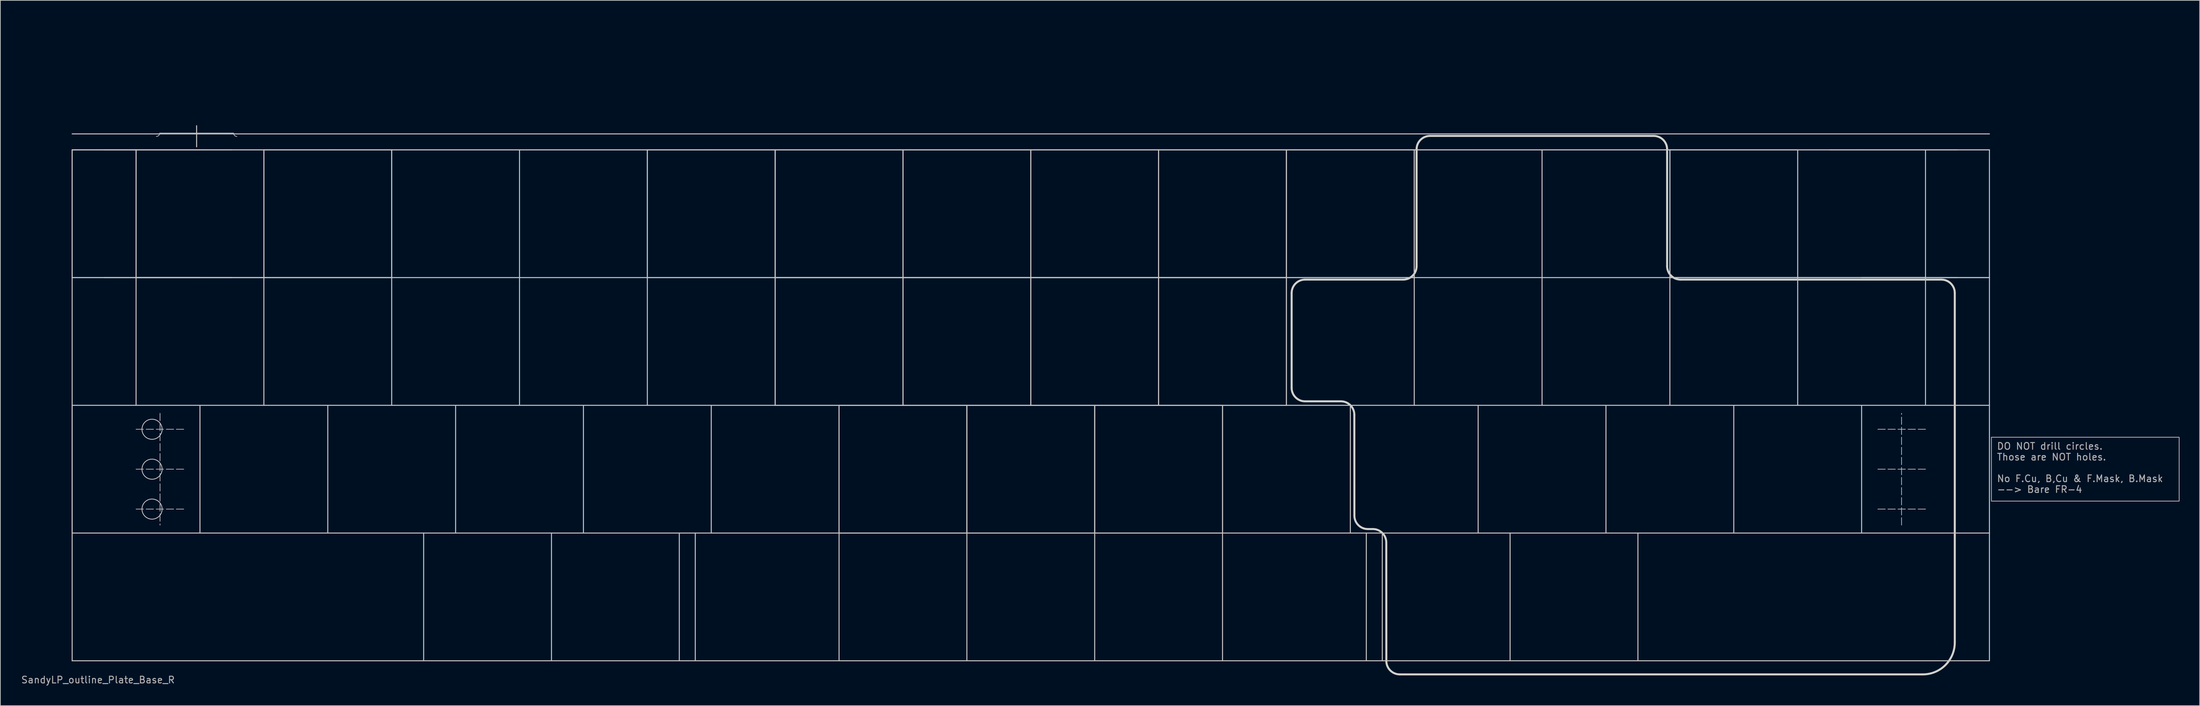
<source format=kicad_pcb>
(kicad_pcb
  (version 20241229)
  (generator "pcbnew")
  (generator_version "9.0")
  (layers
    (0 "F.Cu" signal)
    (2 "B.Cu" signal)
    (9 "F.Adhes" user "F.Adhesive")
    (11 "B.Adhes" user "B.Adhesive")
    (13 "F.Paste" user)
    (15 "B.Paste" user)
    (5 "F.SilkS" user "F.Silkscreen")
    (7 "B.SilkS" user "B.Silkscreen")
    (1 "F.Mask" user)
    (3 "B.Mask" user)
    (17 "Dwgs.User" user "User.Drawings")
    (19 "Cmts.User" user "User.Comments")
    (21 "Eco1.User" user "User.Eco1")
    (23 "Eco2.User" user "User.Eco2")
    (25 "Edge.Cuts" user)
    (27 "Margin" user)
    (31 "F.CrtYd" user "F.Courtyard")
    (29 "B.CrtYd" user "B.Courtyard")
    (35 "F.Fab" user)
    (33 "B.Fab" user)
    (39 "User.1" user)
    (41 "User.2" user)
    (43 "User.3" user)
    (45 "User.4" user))
  (footprint "SandyLP_outline_Plate_Base_R"
    (layer "F.Cu")
    (at 7.704 0.25)
    (property "Reference" "SandyLP_outline_Plate_Base_R" (at 3.85 98.1 0) (layer "F.Fab") (effects (font (size 1 1) (thickness 0.15))))
    (attr through_hole)
    (fp_rect (start 270.272 60.722) (end 272.653 72.628) (stroke (width 0.12) (type solid)) (fill yes) (layer "F.Mask"))
    (fp_circle (center 271.462 60.722) (end 272.653 60.722) (stroke (width 0.1) (type solid)) (fill yes) (layer "F.Mask"))
    (fp_circle (center 271.462 72.628) (end 272.653 72.628) (stroke (width 0.1) (type solid)) (fill yes) (layer "F.Mask"))
    (fp_rect (start 270.272 60.722) (end 272.653 72.628) (stroke (width 0.12) (type solid)) (fill yes) (layer "B.Mask"))
    (fp_circle (center 271.462 60.722) (end 272.653 60.722) (stroke (width 0.1) (type solid)) (fill yes) (layer "B.Mask"))
    (fp_circle (center 271.462 72.628) (end 272.653 72.628) (stroke (width 0.1) (type solid)) (fill yes) (layer "B.Mask"))
    (fp_line (start 0 19.05) (end 0 38.1) (stroke (width 0.15) (type solid)) (layer "Dwgs.User"))
    (fp_line (start 0 19.05) (end 0 38.1) (stroke (width 0.15) (type solid)) (layer "Dwgs.User"))
    (fp_line (start 0 38.1) (end 19.05 38.1) (stroke (width 0.15) (type solid)) (layer "Dwgs.User"))
    (fp_line (start 0 57.15) (end 0 38.1) (stroke (width 0.15) (type solid)) (layer "Dwgs.User"))
    (fp_line (start 0 57.15) (end 104.775 57.15) (stroke (width 0.15) (type solid)) (layer "Dwgs.User"))
    (fp_line (start 0 76.2) (end 0 57.15) (stroke (width 0.15) (type solid)) (layer "Dwgs.User"))
    (fp_line (start 0 76.2) (end 0 57.15) (stroke (width 0.15) (type solid)) (layer "Dwgs.User"))
    (fp_line (start 0 76.2) (end 0 95.25) (stroke (width 0.15) (type solid)) (layer "Dwgs.User"))
    (fp_line (start 0 95.25) (end 285.75 95.25) (stroke (width 0.15) (type solid)) (layer "Dwgs.User"))
    (fp_line (start 4.763 19.05) (end 23.812 19.05) (stroke (width 0.15) (type solid)) (layer "Dwgs.User"))
    (fp_line (start 9.525 38.1) (end 9.525 19.05) (stroke (width 0.15) (type solid)) (layer "Dwgs.User"))
    (fp_line (start 9.525 38.1) (end 9.525 19.05) (stroke (width 0.15) (type solid)) (layer "Dwgs.User"))
    (fp_line (start 9.525 38.1) (end 9.525 57.15) (stroke (width 0.15) (type solid)) (layer "Dwgs.User"))
    (fp_line (start 9.525 60.722) (end 16.669 60.722) (stroke (width 0.1) (type dash)) (layer "Dwgs.User"))
    (fp_line (start 9.525 66.675) (end 16.669 66.675) (stroke (width 0.1) (type dash)) (layer "Dwgs.User"))
    (fp_line (start 9.525 72.628) (end 16.669 72.628) (stroke (width 0.1) (type dash)) (layer "Dwgs.User"))
    (fp_line (start 13.05 16.55) (end 24.05 16.55) (stroke (width 0.1) (type solid)) (layer "Dwgs.User"))
    (fp_line (start 13.097 58.341) (end 13.097 75.009) (stroke (width 0.1) (type dash)) (layer "Dwgs.User"))
    (fp_line (start 18.55 15.45) (end 18.55 18.6) (stroke (width 0.15) (type solid)) (layer "Dwgs.User"))
    (fp_line (start 19.05 19.05) (end 0 19.05) (stroke (width 0.15) (type solid)) (layer "Dwgs.User"))
    (fp_line (start 19.05 19.05) (end 0 19.05) (stroke (width 0.15) (type solid)) (layer "Dwgs.User"))
    (fp_line (start 19.05 38.1) (end 0 38.1) (stroke (width 0.15) (type solid)) (layer "Dwgs.User"))
    (fp_line (start 19.05 57.15) (end 19.05 76.2) (stroke (width 0.15) (type solid)) (layer "Dwgs.User"))
    (fp_line (start 23.812 38.1) (end 4.763 38.1) (stroke (width 0.15) (type solid)) (layer "Dwgs.User"))
    (fp_line (start 28.575 19.05) (end 47.625 19.05) (stroke (width 0.15) (type solid)) (layer "Dwgs.User"))
    (fp_line (start 28.575 38.1) (end 9.525 38.1) (stroke (width 0.15) (type solid)) (layer "Dwgs.User"))
    (fp_line (start 28.575 38.1) (end 9.525 38.1) (stroke (width 0.15) (type solid)) (layer "Dwgs.User"))
    (fp_line (start 28.575 38.1) (end 9.525 38.1) (stroke (width 0.15) (type solid)) (layer "Dwgs.User"))
    (fp_line (start 28.575 38.1) (end 28.575 19.05) (stroke (width 0.15) (type solid)) (layer "Dwgs.User"))
    (fp_line (start 28.575 38.1) (end 28.575 19.05) (stroke (width 0.15) (type solid)) (layer "Dwgs.User"))
    (fp_line (start 28.575 38.1) (end 28.575 57.15) (stroke (width 0.15) (type solid)) (layer "Dwgs.User"))
    (fp_line (start 38.1 19.05) (end 19.05 19.05) (stroke (width 0.15) (type solid)) (layer "Dwgs.User"))
    (fp_line (start 38.1 57.15) (end 38.1 76.2) (stroke (width 0.15) (type solid)) (layer "Dwgs.User"))
    (fp_line (start 47.625 19.05) (end 47.625 38.1) (stroke (width 0.15) (type solid)) (layer "Dwgs.User"))
    (fp_line (start 47.625 19.05) (end 47.625 38.1) (stroke (width 0.15) (type solid)) (layer "Dwgs.User"))
    (fp_line (start 47.625 19.05) (end 47.625 38.1) (stroke (width 0.15) (type solid)) (layer "Dwgs.User"))
    (fp_line (start 47.625 38.1) (end 28.575 38.1) (stroke (width 0.15) (type solid)) (layer "Dwgs.User"))
    (fp_line (start 47.625 38.1) (end 28.575 38.1) (stroke (width 0.15) (type solid)) (layer "Dwgs.User"))
    (fp_line (start 47.625 38.1) (end 28.575 38.1) (stroke (width 0.15) (type solid)) (layer "Dwgs.User"))
    (fp_line (start 47.625 38.1) (end 47.625 57.15) (stroke (width 0.15) (type solid)) (layer "Dwgs.User"))
    (fp_line (start 47.625 38.1) (end 85.725 38.1) (stroke (width 0.15) (type solid)) (layer "Dwgs.User"))
    (fp_line (start 52.388 76.2) (end 52.388 95.25) (stroke (width 0.15) (type solid)) (layer "Dwgs.User"))
    (fp_line (start 57.15 19.05) (end 38.1 19.05) (stroke (width 0.15) (type solid)) (layer "Dwgs.User"))
    (fp_line (start 57.15 57.15) (end 57.15 76.2) (stroke (width 0.15) (type solid)) (layer "Dwgs.User"))
    (fp_line (start 66.675 19.05) (end 66.675 38.1) (stroke (width 0.15) (type solid)) (layer "Dwgs.User"))
    (fp_line (start 66.675 38.1) (end 66.675 57.15) (stroke (width 0.15) (type solid)) (layer "Dwgs.User"))
    (fp_line (start 71.438 76.2) (end 71.438 95.25) (stroke (width 0.15) (type solid)) (layer "Dwgs.User"))
    (fp_line (start 76.2 19.05) (end 57.15 19.05) (stroke (width 0.15) (type solid)) (layer "Dwgs.User"))
    (fp_line (start 76.2 57.15) (end 76.2 76.2) (stroke (width 0.15) (type solid)) (layer "Dwgs.User"))
    (fp_line (start 85.725 19.05) (end 104.775 19.05) (stroke (width 0.15) (type solid)) (layer "Dwgs.User"))
    (fp_line (start 85.725 38.1) (end 85.725 19.05) (stroke (width 0.15) (type solid)) (layer "Dwgs.User"))
    (fp_line (start 85.725 38.1) (end 85.725 19.05) (stroke (width 0.15) (type solid)) (layer "Dwgs.User"))
    (fp_line (start 85.725 38.1) (end 85.725 57.15) (stroke (width 0.15) (type solid)) (layer "Dwgs.User"))
    (fp_line (start 90.487 76.2) (end 90.487 95.25) (stroke (width 0.15) (type solid)) (layer "Dwgs.User"))
    (fp_line (start 92.869 76.2) (end 92.869 95.25) (stroke (width 0.15) (type solid)) (layer "Dwgs.User"))
    (fp_line (start 95.25 19.05) (end 76.2 19.05) (stroke (width 0.15) (type solid)) (layer "Dwgs.User"))
    (fp_line (start 95.25 57.15) (end 95.25 76.2) (stroke (width 0.15) (type solid)) (layer "Dwgs.User"))
    (fp_line (start 104.775 19.05) (end 104.775 38.1) (stroke (width 0.15) (type solid)) (layer "Dwgs.User"))
    (fp_line (start 104.775 19.05) (end 123.825 19.05) (stroke (width 0.15) (type solid)) (layer "Dwgs.User"))
    (fp_line (start 104.775 38.1) (end 85.725 38.1) (stroke (width 0.15) (type solid)) (layer "Dwgs.User"))
    (fp_line (start 104.775 38.1) (end 85.725 38.1) (stroke (width 0.15) (type solid)) (layer "Dwgs.User"))
    (fp_line (start 104.775 38.1) (end 104.775 19.05) (stroke (width 0.15) (type solid)) (layer "Dwgs.User"))
    (fp_line (start 104.775 38.1) (end 104.775 19.05) (stroke (width 0.15) (type solid)) (layer "Dwgs.User"))
    (fp_line (start 104.775 38.1) (end 123.825 38.1) (stroke (width 0.15) (type solid)) (layer "Dwgs.User"))
    (fp_line (start 104.775 38.1) (end 123.825 38.1) (stroke (width 0.15) (type solid)) (layer "Dwgs.User"))
    (fp_line (start 104.775 57.15) (end 104.775 38.1) (stroke (width 0.15) (type solid)) (layer "Dwgs.User"))
    (fp_line (start 104.775 57.15) (end 104.775 38.1) (stroke (width 0.15) (type solid)) (layer "Dwgs.User"))
    (fp_line (start 114.3 19.05) (end 95.25 19.05) (stroke (width 0.15) (type solid)) (layer "Dwgs.User"))
    (fp_line (start 114.3 57.15) (end 133.35 57.15) (stroke (width 0.15) (type solid)) (layer "Dwgs.User"))
    (fp_line (start 114.3 57.15) (end 133.35 57.15) (stroke (width 0.15) (type solid)) (layer "Dwgs.User"))
    (fp_line (start 114.3 76.2) (end 0 76.2) (stroke (width 0.15) (type solid)) (layer "Dwgs.User"))
    (fp_line (start 114.3 76.2) (end 114.3 57.15) (stroke (width 0.15) (type solid)) (layer "Dwgs.User"))
    (fp_line (start 114.3 76.2) (end 114.3 57.15) (stroke (width 0.15) (type solid)) (layer "Dwgs.User"))
    (fp_line (start 114.3 76.2) (end 114.3 95.25) (stroke (width 0.15) (type solid)) (layer "Dwgs.User"))
    (fp_line (start 114.3 76.2) (end 133.35 76.2) (stroke (width 0.15) (type solid)) (layer "Dwgs.User"))
    (fp_line (start 123.825 19.05) (end 123.825 38.1) (stroke (width 0.15) (type solid)) (layer "Dwgs.User"))
    (fp_line (start 123.825 19.05) (end 123.825 38.1) (stroke (width 0.15) (type solid)) (layer "Dwgs.User"))
    (fp_line (start 123.825 19.05) (end 142.875 19.05) (stroke (width 0.15) (type solid)) (layer "Dwgs.User"))
    (fp_line (start 123.825 38.1) (end 104.775 38.1) (stroke (width 0.15) (type solid)) (layer "Dwgs.User"))
    (fp_line (start 123.825 38.1) (end 104.775 38.1) (stroke (width 0.15) (type solid)) (layer "Dwgs.User"))
    (fp_line (start 123.825 38.1) (end 123.825 19.05) (stroke (width 0.15) (type solid)) (layer "Dwgs.User"))
    (fp_line (start 123.825 38.1) (end 123.825 57.15) (stroke (width 0.15) (type solid)) (layer "Dwgs.User"))
    (fp_line (start 123.825 38.1) (end 142.875 38.1) (stroke (width 0.15) (type solid)) (layer "Dwgs.User"))
    (fp_line (start 123.825 38.1) (end 142.875 38.1) (stroke (width 0.15) (type solid)) (layer "Dwgs.User"))
    (fp_line (start 123.825 57.15) (end 104.775 57.15) (stroke (width 0.15) (type solid)) (layer "Dwgs.User"))
    (fp_line (start 123.825 57.15) (end 104.775 57.15) (stroke (width 0.15) (type solid)) (layer "Dwgs.User"))
    (fp_line (start 123.825 57.15) (end 123.825 38.1) (stroke (width 0.15) (type solid)) (layer "Dwgs.User"))
    (fp_line (start 123.825 57.15) (end 123.825 38.1) (stroke (width 0.15) (type solid)) (layer "Dwgs.User"))
    (fp_line (start 133.35 19.05) (end 114.3 19.05) (stroke (width 0.15) (type solid)) (layer "Dwgs.User"))
    (fp_line (start 133.35 57.15) (end 133.35 76.2) (stroke (width 0.15) (type solid)) (layer "Dwgs.User"))
    (fp_line (start 133.35 57.15) (end 152.4 57.15) (stroke (width 0.15) (type solid)) (layer "Dwgs.User"))
    (fp_line (start 133.35 57.15) (end 152.4 57.15) (stroke (width 0.15) (type solid)) (layer "Dwgs.User"))
    (fp_line (start 133.35 76.2) (end 114.3 76.2) (stroke (width 0.15) (type solid)) (layer "Dwgs.User"))
    (fp_line (start 133.35 76.2) (end 114.3 76.2) (stroke (width 0.15) (type solid)) (layer "Dwgs.User"))
    (fp_line (start 133.35 76.2) (end 133.35 57.15) (stroke (width 0.15) (type solid)) (layer "Dwgs.User"))
    (fp_line (start 133.35 76.2) (end 133.35 57.15) (stroke (width 0.15) (type solid)) (layer "Dwgs.User"))
    (fp_line (start 133.35 76.2) (end 133.35 95.25) (stroke (width 0.15) (type solid)) (layer "Dwgs.User"))
    (fp_line (start 142.875 19.05) (end 142.875 38.1) (stroke (width 0.15) (type solid)) (layer "Dwgs.User"))
    (fp_line (start 142.875 19.05) (end 142.875 38.1) (stroke (width 0.15) (type solid)) (layer "Dwgs.User"))
    (fp_line (start 142.875 19.05) (end 161.925 19.05) (stroke (width 0.15) (type solid)) (layer "Dwgs.User"))
    (fp_line (start 142.875 38.1) (end 123.825 38.1) (stroke (width 0.15) (type solid)) (layer "Dwgs.User"))
    (fp_line (start 142.875 38.1) (end 123.825 38.1) (stroke (width 0.15) (type solid)) (layer "Dwgs.User"))
    (fp_line (start 142.875 38.1) (end 142.875 19.05) (stroke (width 0.15) (type solid)) (layer "Dwgs.User"))
    (fp_line (start 142.875 38.1) (end 142.875 57.15) (stroke (width 0.15) (type solid)) (layer "Dwgs.User"))
    (fp_line (start 142.875 38.1) (end 161.925 38.1) (stroke (width 0.15) (type solid)) (layer "Dwgs.User"))
    (fp_line (start 142.875 38.1) (end 161.925 38.1) (stroke (width 0.15) (type solid)) (layer "Dwgs.User"))
    (fp_line (start 142.875 57.15) (end 123.825 57.15) (stroke (width 0.15) (type solid)) (layer "Dwgs.User"))
    (fp_line (start 142.875 57.15) (end 123.825 57.15) (stroke (width 0.15) (type solid)) (layer "Dwgs.User"))
    (fp_line (start 142.875 57.15) (end 142.875 38.1) (stroke (width 0.15) (type solid)) (layer "Dwgs.User"))
    (fp_line (start 142.875 57.15) (end 142.875 38.1) (stroke (width 0.15) (type solid)) (layer "Dwgs.User"))
    (fp_line (start 152.4 19.05) (end 133.35 19.05) (stroke (width 0.15) (type solid)) (layer "Dwgs.User"))
    (fp_line (start 152.4 57.15) (end 152.4 76.2) (stroke (width 0.15) (type solid)) (layer "Dwgs.User"))
    (fp_line (start 152.4 57.15) (end 171.45 57.15) (stroke (width 0.15) (type solid)) (layer "Dwgs.User"))
    (fp_line (start 152.4 57.15) (end 171.45 57.15) (stroke (width 0.15) (type solid)) (layer "Dwgs.User"))
    (fp_line (start 152.4 76.2) (end 133.35 76.2) (stroke (width 0.15) (type solid)) (layer "Dwgs.User"))
    (fp_line (start 152.4 76.2) (end 133.35 76.2) (stroke (width 0.15) (type solid)) (layer "Dwgs.User"))
    (fp_line (start 152.4 76.2) (end 152.4 57.15) (stroke (width 0.15) (type solid)) (layer "Dwgs.User"))
    (fp_line (start 152.4 76.2) (end 152.4 57.15) (stroke (width 0.15) (type solid)) (layer "Dwgs.User"))
    (fp_line (start 152.4 76.2) (end 152.4 95.25) (stroke (width 0.15) (type solid)) (layer "Dwgs.User"))
    (fp_line (start 161.925 19.05) (end 161.925 38.1) (stroke (width 0.15) (type solid)) (layer "Dwgs.User"))
    (fp_line (start 161.925 19.05) (end 180.975 19.05) (stroke (width 0.15) (type solid)) (layer "Dwgs.User"))
    (fp_line (start 161.925 38.1) (end 142.875 38.1) (stroke (width 0.15) (type solid)) (layer "Dwgs.User"))
    (fp_line (start 161.925 38.1) (end 142.875 38.1) (stroke (width 0.15) (type solid)) (layer "Dwgs.User"))
    (fp_line (start 161.925 38.1) (end 161.925 19.05) (stroke (width 0.15) (type solid)) (layer "Dwgs.User"))
    (fp_line (start 161.925 38.1) (end 161.925 19.05) (stroke (width 0.15) (type solid)) (layer "Dwgs.User"))
    (fp_line (start 161.925 38.1) (end 161.925 57.15) (stroke (width 0.15) (type solid)) (layer "Dwgs.User"))
    (fp_line (start 161.925 38.1) (end 180.975 38.1) (stroke (width 0.15) (type solid)) (layer "Dwgs.User"))
    (fp_line (start 161.925 38.1) (end 180.975 38.1) (stroke (width 0.15) (type solid)) (layer "Dwgs.User"))
    (fp_line (start 161.925 57.15) (end 142.875 57.15) (stroke (width 0.15) (type solid)) (layer "Dwgs.User"))
    (fp_line (start 161.925 57.15) (end 142.875 57.15) (stroke (width 0.15) (type solid)) (layer "Dwgs.User"))
    (fp_line (start 161.925 57.15) (end 161.925 38.1) (stroke (width 0.15) (type solid)) (layer "Dwgs.User"))
    (fp_line (start 161.925 57.15) (end 161.925 38.1) (stroke (width 0.15) (type solid)) (layer "Dwgs.User"))
    (fp_line (start 171.45 19.05) (end 152.4 19.05) (stroke (width 0.15) (type solid)) (layer "Dwgs.User"))
    (fp_line (start 171.45 57.15) (end 171.45 76.2) (stroke (width 0.15) (type solid)) (layer "Dwgs.User"))
    (fp_line (start 171.45 57.15) (end 171.45 76.2) (stroke (width 0.15) (type solid)) (layer "Dwgs.User"))
    (fp_line (start 171.45 76.2) (end 152.4 76.2) (stroke (width 0.15) (type solid)) (layer "Dwgs.User"))
    (fp_line (start 171.45 76.2) (end 152.4 76.2) (stroke (width 0.15) (type solid)) (layer "Dwgs.User"))
    (fp_line (start 171.45 76.2) (end 171.45 95.25) (stroke (width 0.15) (type solid)) (layer "Dwgs.User"))
    (fp_line (start 171.45 76.2) (end 285.75 76.2) (stroke (width 0.15) (type solid)) (layer "Dwgs.User"))
    (fp_line (start 180.975 19.05) (end 180.975 38.1) (stroke (width 0.15) (type solid)) (layer "Dwgs.User"))
    (fp_line (start 180.975 19.05) (end 180.975 38.1) (stroke (width 0.15) (type solid)) (layer "Dwgs.User"))
    (fp_line (start 180.975 19.05) (end 200.025 19.05) (stroke (width 0.15) (type solid)) (layer "Dwgs.User"))
    (fp_line (start 180.975 38.1) (end 161.925 38.1) (stroke (width 0.15) (type solid)) (layer "Dwgs.User"))
    (fp_line (start 180.975 38.1) (end 161.925 38.1) (stroke (width 0.15) (type solid)) (layer "Dwgs.User"))
    (fp_line (start 180.975 38.1) (end 180.975 19.05) (stroke (width 0.15) (type solid)) (layer "Dwgs.User"))
    (fp_line (start 180.975 38.1) (end 180.975 57.15) (stroke (width 0.15) (type solid)) (layer "Dwgs.User"))
    (fp_line (start 180.975 38.1) (end 180.975 57.15) (stroke (width 0.15) (type solid)) (layer "Dwgs.User"))
    (fp_line (start 180.975 57.15) (end 161.925 57.15) (stroke (width 0.15) (type solid)) (layer "Dwgs.User"))
    (fp_line (start 180.975 57.15) (end 161.925 57.15) (stroke (width 0.15) (type solid)) (layer "Dwgs.User"))
    (fp_line (start 180.975 57.15) (end 285.75 57.15) (stroke (width 0.15) (type solid)) (layer "Dwgs.User"))
    (fp_line (start 190.5 19.05) (end 171.45 19.05) (stroke (width 0.15) (type solid)) (layer "Dwgs.User"))
    (fp_line (start 190.5 57.15) (end 190.5 76.2) (stroke (width 0.15) (type solid)) (layer "Dwgs.User"))
    (fp_line (start 192.881 76.2) (end 192.881 95.25) (stroke (width 0.15) (type solid)) (layer "Dwgs.User"))
    (fp_line (start 195.262 76.2) (end 195.262 95.25) (stroke (width 0.15) (type solid)) (layer "Dwgs.User"))
    (fp_line (start 200.025 19.05) (end 200.025 38.1) (stroke (width 0.15) (type solid)) (layer "Dwgs.User"))
    (fp_line (start 200.025 19.05) (end 200.025 38.1) (stroke (width 0.15) (type solid)) (layer "Dwgs.User"))
    (fp_line (start 200.025 38.1) (end 180.975 38.1) (stroke (width 0.15) (type solid)) (layer "Dwgs.User"))
    (fp_line (start 200.025 38.1) (end 180.975 38.1) (stroke (width 0.15) (type solid)) (layer "Dwgs.User"))
    (fp_line (start 200.025 38.1) (end 200.025 57.15) (stroke (width 0.15) (type solid)) (layer "Dwgs.User"))
    (fp_line (start 200.025 38.1) (end 238.125 38.1) (stroke (width 0.15) (type solid)) (layer "Dwgs.User"))
    (fp_line (start 209.55 19.05) (end 190.5 19.05) (stroke (width 0.15) (type solid)) (layer "Dwgs.User"))
    (fp_line (start 209.55 57.15) (end 209.55 76.2) (stroke (width 0.15) (type solid)) (layer "Dwgs.User"))
    (fp_line (start 214.312 76.2) (end 214.312 95.25) (stroke (width 0.15) (type solid)) (layer "Dwgs.User"))
    (fp_line (start 219.075 19.05) (end 219.075 38.1) (stroke (width 0.15) (type solid)) (layer "Dwgs.User"))
    (fp_line (start 219.075 38.1) (end 219.075 57.15) (stroke (width 0.15) (type solid)) (layer "Dwgs.User"))
    (fp_line (start 228.6 19.05) (end 209.55 19.05) (stroke (width 0.15) (type solid)) (layer "Dwgs.User"))
    (fp_line (start 228.6 57.15) (end 228.6 76.2) (stroke (width 0.15) (type solid)) (layer "Dwgs.User"))
    (fp_line (start 233.363 76.2) (end 233.363 95.25) (stroke (width 0.15) (type solid)) (layer "Dwgs.User"))
    (fp_line (start 238.125 19.05) (end 238.125 38.1) (stroke (width 0.15) (type solid)) (layer "Dwgs.User"))
    (fp_line (start 238.125 19.05) (end 257.175 19.05) (stroke (width 0.15) (type solid)) (layer "Dwgs.User"))
    (fp_line (start 238.125 38.1) (end 238.125 19.05) (stroke (width 0.15) (type solid)) (layer "Dwgs.User"))
    (fp_line (start 238.125 38.1) (end 238.125 19.05) (stroke (width 0.15) (type solid)) (layer "Dwgs.User"))
    (fp_line (start 238.125 38.1) (end 238.125 57.15) (stroke (width 0.15) (type solid)) (layer "Dwgs.User"))
    (fp_line (start 238.125 38.1) (end 257.175 38.1) (stroke (width 0.15) (type solid)) (layer "Dwgs.User"))
    (fp_line (start 247.65 19.05) (end 228.6 19.05) (stroke (width 0.15) (type solid)) (layer "Dwgs.User"))
    (fp_line (start 247.65 57.15) (end 247.65 76.2) (stroke (width 0.15) (type solid)) (layer "Dwgs.User"))
    (fp_line (start 257.175 19.05) (end 257.175 38.1) (stroke (width 0.15) (type solid)) (layer "Dwgs.User"))
    (fp_line (start 257.175 38.1) (end 238.125 38.1) (stroke (width 0.15) (type solid)) (layer "Dwgs.User"))
    (fp_line (start 257.175 38.1) (end 238.125 38.1) (stroke (width 0.15) (type solid)) (layer "Dwgs.User"))
    (fp_line (start 257.175 38.1) (end 257.175 57.15) (stroke (width 0.15) (type solid)) (layer "Dwgs.User"))
    (fp_line (start 257.175 38.1) (end 276.225 38.1) (stroke (width 0.15) (type solid)) (layer "Dwgs.User"))
    (fp_line (start 261.938 19.05) (end 280.988 19.05) (stroke (width 0.15) (type solid)) (layer "Dwgs.User"))
    (fp_line (start 266.7 19.05) (end 247.65 19.05) (stroke (width 0.15) (type solid)) (layer "Dwgs.User"))
    (fp_line (start 266.7 57.15) (end 266.7 76.2) (stroke (width 0.15) (type solid)) (layer "Dwgs.User"))
    (fp_line (start 272.653 75.009) (end 272.653 58.341) (stroke (width 0.1) (type dash)) (layer "Dwgs.User"))
    (fp_line (start 276.225 38.1) (end 257.175 38.1) (stroke (width 0.15) (type solid)) (layer "Dwgs.User"))
    (fp_line (start 276.225 38.1) (end 276.225 19.05) (stroke (width 0.15) (type solid)) (layer "Dwgs.User"))
    (fp_line (start 276.225 38.1) (end 276.225 57.15) (stroke (width 0.15) (type solid)) (layer "Dwgs.User"))
    (fp_line (start 276.225 60.722) (end 269.081 60.722) (stroke (width 0.1) (type dash)) (layer "Dwgs.User"))
    (fp_line (start 276.225 66.675) (end 269.081 66.675) (stroke (width 0.1) (type dash)) (layer "Dwgs.User"))
    (fp_line (start 276.225 72.628) (end 269.081 72.628) (stroke (width 0.1) (type dash)) (layer "Dwgs.User"))
    (fp_line (start 280.988 38.1) (end 257.175 38.1) (stroke (width 0.15) (type solid)) (layer "Dwgs.User"))
    (fp_line (start 285.75 16.669) (end 0 16.669) (stroke (width 0.15) (type solid)) (layer "Dwgs.User"))
    (fp_line (start 285.75 19.05) (end 0 19.05) (stroke (width 0.15) (type solid)) (layer "Dwgs.User"))
    (fp_line (start 285.75 19.05) (end 266.7 19.05) (stroke (width 0.15) (type solid)) (layer "Dwgs.User"))
    (fp_line (start 285.75 19.05) (end 285.75 38.1) (stroke (width 0.15) (type solid)) (layer "Dwgs.User"))
    (fp_line (start 285.75 38.1) (end 266.7 38.1) (stroke (width 0.15) (type solid)) (layer "Dwgs.User"))
    (fp_line (start 285.75 38.1) (end 266.7 38.1) (stroke (width 0.15) (type solid)) (layer "Dwgs.User"))
    (fp_line (start 285.75 38.1) (end 285.75 57.15) (stroke (width 0.15) (type solid)) (layer "Dwgs.User"))
    (fp_line (start 285.75 57.15) (end 285.75 76.2) (stroke (width 0.15) (type solid)) (layer "Dwgs.User"))
    (fp_line (start 285.75 95.25) (end 285.75 76.2) (stroke (width 0.15) (type solid)) (layer "Dwgs.User"))
    (fp_arc (start 13.05 16.55) (mid 12.903553 16.903553) (end 12.55 17.05) (stroke (width 0.1) (type solid)) (layer "Dwgs.User"))
    (fp_arc (start 24.55 17.05) (mid 24.196447 16.903553) (end 24.05 16.55) (stroke (width 0.1) (type solid)) (layer "Dwgs.User"))
    (fp_circle (center 11.906 60.722) (end 13.406 60.722) (stroke (width 0.12) (type default)) (fill no) (layer "Dwgs.User"))
    (fp_circle (center 11.906 66.675) (end 13.406 66.675) (stroke (width 0.12) (type default)) (fill no) (layer "Dwgs.User"))
    (fp_circle (center 11.906 72.628) (end 13.406 72.628) (stroke (width 0.12) (type default)) (fill no) (layer "Dwgs.User"))
    (fp_arc (start 88.34 37.54996) (mid 86.925778 36.964175) (end 86.34 35.54996) (stroke (width 0.3) (type solid)) (layer "Eco1.User"))
    (fp_line (start 5.013 35.786) (end 5.013 21.731) (stroke (width 0.3) (type solid)) (layer "Eco2.User"))
    (fp_line (start 7.013 37.786) (end 45.3 37.8) (stroke (width 0.3) (type solid)) (layer "Eco2.User"))
    (fp_line (start 9.775 16.969) (end 45.31 16.969) (stroke (width 0.3) (type solid)) (layer "Eco2.User"))
    (fp_line (start 47.3 35.8) (end 47.31 18.969) (stroke (width 0.3) (type solid)) (layer "Eco2.User"))
    (fp_line (start 86.34 35.55) (end 86.34 18.969) (stroke (width 0.3) (type solid)) (layer "Eco2.User"))
    (fp_line (start 88.34 37.55) (end 103.4 37.55) (stroke (width 0.3) (type solid)) (layer "Eco2.User"))
    (fp_line (start 91.083 78.795) (end 91.083 95.281) (stroke (width 0.3) (type solid)) (layer "Eco2.User"))
    (fp_line (start 93.083 76.795) (end 93.845 76.795) (stroke (width 0.3) (type solid)) (layer "Eco2.User"))
    (fp_line (start 95.845 59.45) (end 95.845 74.795) (stroke (width 0.3) (type solid)) (layer "Eco2.User"))
    (fp_line (start 97.845 57.45) (end 111.472 57.45) (stroke (width 0.3) (type solid)) (layer "Eco2.User"))
    (fp_line (start 105.4 54.55) (end 105.4 39.55) (stroke (width 0.3) (type solid)) (layer "Eco2.User"))
    (fp_line (start 107.4 56.55) (end 112.925 56.55) (stroke (width 0.3) (type solid)) (layer "Eco2.User"))
    (fp_line (start 113.472 59.45) (end 113.472 74.2) (stroke (width 0.3) (type solid)) (layer "Eco2.User"))
    (fp_line (start 114.925 73.625) (end 114.925 58.55) (stroke (width 0.3) (type solid)) (layer "Eco2.User"))
    (fp_line (start 116.925 75.625) (end 168.85 75.621) (stroke (width 0.3) (type solid)) (layer "Eco2.User"))
    (fp_line (start 170.228 76.2) (end 115.472 76.2) (stroke (width 0.3) (type solid)) (layer "Eco2.User"))
    (fp_line (start 170.85 73.621) (end 170.85 58.489) (stroke (width 0.3) (type solid)) (layer "Eco2.User"))
    (fp_line (start 172.228 59.45) (end 172.228 74.2) (stroke (width 0.3) (type solid)) (layer "Eco2.User"))
    (fp_line (start 172.85 56.489) (end 178.35 56.479) (stroke (width 0.3) (type solid)) (layer "Eco2.User"))
    (fp_line (start 180.35 54.479) (end 180.35 39.472) (stroke (width 0.3) (type solid)) (layer "Eco2.User"))
    (fp_line (start 182.35 37.472) (end 197.43 37.462) (stroke (width 0.3) (type solid)) (layer "Eco2.User"))
    (fp_line (start 187.905 57.45) (end 174.228 57.45) (stroke (width 0.3) (type solid)) (layer "Eco2.User"))
    (fp_line (start 189.905 59.45) (end 189.905 74.795) (stroke (width 0.3) (type solid)) (layer "Eco2.User"))
    (fp_line (start 192.667 76.795) (end 191.905 76.795) (stroke (width 0.3) (type solid)) (layer "Eco2.User"))
    (fp_line (start 192.667 97.281) (end 93.083 97.281) (stroke (width 0.3) (type solid)) (layer "Eco2.User"))
    (fp_line (start 194.667 78.795) (end 194.667 95.281) (stroke (width 0.3) (type solid)) (layer "Eco2.User"))
    (fp_line (start 197.43 16.969) (end 88.34 16.969) (stroke (width 0.3) (type solid)) (layer "Eco2.User"))
    (fp_line (start 199.43 35.462) (end 199.43 18.969) (stroke (width 0.3) (type solid)) (layer "Eco2.User"))
    (fp_line (start 238.45 35.8) (end 238.44 18.969) (stroke (width 0.3) (type solid)) (layer "Eco2.User"))
    (fp_line (start 275.975 16.969) (end 240.44 16.969) (stroke (width 0.3) (type solid)) (layer "Eco2.User"))
    (fp_line (start 278.738 37.786) (end 240.45 37.8) (stroke (width 0.3) (type solid)) (layer "Eco2.User"))
    (fp_line (start 280.738 35.786) (end 280.738 21.731) (stroke (width 0.3) (type solid)) (layer "Eco2.User"))
    (fp_arc (start 5.0125 21.73121) (mid 6.407406 18.363617) (end 9.775 16.96871) (stroke (width 0.3) (type default)) (layer "Eco2.User"))
    (fp_arc (start 7.0125 37.785786) (mid 5.598304 37.199997) (end 5.0125 35.785786) (stroke (width 0.3) (type solid)) (layer "Eco2.User"))
    (fp_arc (start 45.31 16.96871) (mid 46.724222 17.554495) (end 47.31 18.96871) (stroke (width 0.3) (type solid)) (layer "Eco2.User"))
    (fp_arc (start 47.3 35.8) (mid 46.714226 37.214236) (end 45.3 37.8) (stroke (width 0.3) (type solid)) (layer "Eco2.User"))
    (fp_arc (start 86.34 18.96871) (mid 86.925789 17.554477) (end 88.34 16.96871) (stroke (width 0.3) (type solid)) (layer "Eco2.User"))
    (fp_arc (start 88.34 37.54996) (mid 86.925807 36.964146) (end 86.34 35.54996) (stroke (width 0.3) (type solid)) (layer "Eco2.User"))
    (fp_arc (start 91.082893 78.795377) (mid 91.66866 77.381144) (end 93.082893 76.795377) (stroke (width 0.3) (type solid)) (layer "Eco2.User"))
    (fp_arc (start 93.082893 97.28121) (mid 91.66871 96.695393) (end 91.082893 95.28121) (stroke (width 0.3) (type solid)) (layer "Eco2.User"))
    (fp_arc (start 95.845393 59.44996) (mid 96.431177 58.035744) (end 97.845393 57.44996) (stroke (width 0.3) (type solid)) (layer "Eco2.User"))
    (fp_arc (start 95.845393 74.795377) (mid 95.259588 76.209572) (end 93.845393 76.795377) (stroke (width 0.3) (type solid)) (layer "Eco2.User"))
    (fp_arc (start 103.4 37.54996) (mid 104.814205 38.135748) (end 105.4 39.54996) (stroke (width 0.3) (type solid)) (layer "Eco2.User"))
    (fp_arc (start 107.4 56.54996) (mid 105.985778 55.964175) (end 105.4 54.54996) (stroke (width 0.3) (type solid)) (layer "Eco2.User"))
    (fp_arc (start 111.471875 57.44996) (mid 112.886109 58.035726) (end 113.471875 59.44996) (stroke (width 0.3) (type solid)) (layer "Eco2.User"))
    (fp_arc (start 112.925 56.54996) (mid 114.339205 57.135748) (end 114.925 58.54996) (stroke (width 0.3) (type solid)) (layer "Eco2.User"))
    (fp_arc (start 115.471875 76.2) (mid 114.057674 75.614201) (end 113.471875 74.2) (stroke (width 0.3) (type solid)) (layer "Eco2.User"))
    (fp_arc (start 116.925 75.62496) (mid 115.510778 75.039175) (end 114.925 73.62496) (stroke (width 0.3) (type solid)) (layer "Eco2.User"))
    (fp_arc (start 170.85 58.489174) (mid 171.435808 57.075) (end 172.85 56.489174) (stroke (width 0.3) (type solid)) (layer "Eco2.User"))
    (fp_arc (start 170.85 73.620746) (mid 170.26418 75.034923) (end 168.85 75.620746) (stroke (width 0.3) (type solid)) (layer "Eco2.User"))
    (fp_arc (start 172.228125 59.44996) (mid 172.813938 58.035775) (end 174.228125 57.44996) (stroke (width 0.3) (type solid)) (layer "Eco2.User"))
    (fp_arc (start 172.228125 74.2) (mid 171.64234 75.614222) (end 170.228125 76.200025) (stroke (width 0.3) (type solid)) (layer "Eco2.User"))
    (fp_arc (start 180.35 39.471532) (mid 180.935758 38.057291) (end 182.35 37.471532) (stroke (width 0.3) (type solid)) (layer "Eco2.User"))
    (fp_arc (start 180.35 54.479174) (mid 179.764235 55.893427) (end 178.35 56.479174) (stroke (width 0.3) (type solid)) (layer "Eco2.User"))
    (fp_arc (start 187.904689 57.449896) (mid 189.318882 58.035708) (end 189.904689 59.449896) (stroke (width 0.3) (type solid)) (layer "Eco2.User"))
    (fp_arc (start 191.904689 76.795313) (mid 190.490507 76.209494) (end 189.904689 74.795313) (stroke (width 0.3) (type solid)) (layer "Eco2.User"))
    (fp_arc (start 192.667189 76.795313) (mid 194.081376 77.381126) (end 194.667189 78.795313) (stroke (width 0.3) (type solid)) (layer "Eco2.User"))
    (fp_arc (start 194.667351 95.28121) (mid 194.081587 96.695429) (end 192.667351 97.28121) (stroke (width 0.3) (type solid)) (layer "Eco2.User"))
    (fp_arc (start 197.43 16.96871) (mid 198.844222 17.554495) (end 199.43 18.96871) (stroke (width 0.3) (type solid)) (layer "Eco2.User"))
    (fp_arc (start 199.43 35.461532) (mid 198.844185 36.875718) (end 197.43 37.461532) (stroke (width 0.3) (type solid)) (layer "Eco2.User"))
    (fp_arc (start 238.44 18.96871) (mid 239.025789 17.554477) (end 240.44 16.96871) (stroke (width 0.3) (type solid)) (layer "Eco2.User"))
    (fp_arc (start 240.45 37.8) (mid 239.035763 37.214218) (end 238.45 35.8) (stroke (width 0.3) (type solid)) (layer "Eco2.User"))
    (fp_arc (start 275.975 16.96871) (mid 279.342605 18.363612) (end 280.7375 21.73121) (stroke (width 0.3) (type default)) (layer "Eco2.User"))
    (fp_arc (start 280.7375 35.785786) (mid 280.151725 37.199996) (end 278.7375 37.785786) (stroke (width 0.3) (type solid)) (layer "Eco2.User"))
    (fp_line (start 181.753 40.4) (end 181.753 54.555) (stroke (width 0.3) (type solid)) (layer "Edge.Cuts"))
    (fp_line (start 189.095 56.555) (end 183.753 56.555) (stroke (width 0.3) (type solid)) (layer "Edge.Cuts"))
    (fp_line (start 191.095 58.555) (end 191.105 73.605) (stroke (width 0.3) (type solid)) (layer "Edge.Cuts"))
    (fp_line (start 193.858 75.605) (end 193.105 75.605) (stroke (width 0.3) (type solid)) (layer "Edge.Cuts"))
    (fp_line (start 195.858 77.605) (end 195.867 95.281) (stroke (width 0.3) (type solid)) (layer "Edge.Cuts"))
    (fp_line (start 198.375 38.4) (end 183.753 38.4) (stroke (width 0.3) (type solid)) (layer "Edge.Cuts"))
    (fp_line (start 200.375 18.969) (end 200.375 36.4) (stroke (width 0.3) (type solid)) (layer "Edge.Cuts"))
    (fp_line (start 235.713 16.969) (end 202.375 16.969) (stroke (width 0.3) (type solid)) (layer "Edge.Cuts"))
    (fp_line (start 237.713 18.969) (end 237.713 36.4) (stroke (width 0.3) (type solid)) (layer "Edge.Cuts"))
    (fp_line (start 275.825 97.281) (end 197.867 97.281) (stroke (width 0.3) (type solid)) (layer "Edge.Cuts"))
    (fp_line (start 278.587 38.4) (end 239.713 38.4) (stroke (width 0.3) (type solid)) (layer "Edge.Cuts"))
    (fp_line (start 280.587 40.4) (end 280.587 92.519) (stroke (width 0.3) (type solid)) (layer "Edge.Cuts"))
    (fp_arc (start 181.753125 40.39996) (mid 182.338911 38.985745) (end 183.753125 38.39996) (stroke (width 0.3) (type solid)) (layer "Edge.Cuts"))
    (fp_arc (start 183.753125 56.554735) (mid 182.338877 55.968964) (end 181.753125 54.554735) (stroke (width 0.3) (type solid)) (layer "Edge.Cuts"))
    (fp_arc (start 189.095313 56.554735) (mid 190.509492 57.140537) (end 191.095313 58.554735) (stroke (width 0.3) (type solid)) (layer "Edge.Cuts"))
    (fp_arc (start 193.104848 75.604687) (mid 191.690626 75.018902) (end 191.104848 73.604687) (stroke (width 0.3) (type solid)) (layer "Edge.Cuts"))
    (fp_arc (start 193.857813 75.604687) (mid 195.272001 76.190499) (end 195.857813 77.604687) (stroke (width 0.3) (type solid)) (layer "Edge.Cuts"))
    (fp_arc (start 197.867348 97.28121) (mid 196.453129 96.695429) (end 195.867348 95.28121) (stroke (width 0.3) (type solid)) (layer "Edge.Cuts"))
    (fp_arc (start 200.375 18.96871) (mid 200.960801 17.554522) (end 202.375 16.96871) (stroke (width 0.3) (type solid)) (layer "Edge.Cuts"))
    (fp_arc (start 200.375 36.39996) (mid 199.789214 37.814174) (end 198.375 38.39996) (stroke (width 0.3) (type solid)) (layer "Edge.Cuts"))
    (fp_arc (start 235.7125 16.96871) (mid 237.126728 17.554494) (end 237.7125 18.96871) (stroke (width 0.3) (type solid)) (layer "Edge.Cuts"))
    (fp_arc (start 239.7125 38.39996) (mid 238.298295 37.814165) (end 237.7125 36.39996) (stroke (width 0.3) (type solid)) (layer "Edge.Cuts"))
    (fp_arc (start 278.5875 38.39996) (mid 280.001692 38.98575) (end 280.5875 40.39996) (stroke (width 0.3) (type solid)) (layer "Edge.Cuts"))
    (fp_arc (start 280.5875 92.51871) (mid 279.192591 95.886301) (end 275.825 97.28121) (stroke (width 0.3) (type default)) (layer "Edge.Cuts"))
    (fp_text_box "DO NOT drill circles.\nThose are NOT holes.\n\nNo F.Cu, B,Cu & F.Mask, B.Mask\n--> Bare FR-4" (start 286.048 61.913) (end 314.028 71.438) (margins 0.81 0.81 0.81 0.81) (layer "F.Fab") (effects (font (size 1 1) (thickness 0.15)) (justify left top)) (border yes) (stroke (width 0.12) (type solid)))
    (zone (net_name "") (layers "F.Cu" "B.Cu") (hatch edge 0.5) (connect_pads) (min_thickness 0.25) (filled_areas_thickness no) (keepout (tracks not_allowed) (vias not_allowed) (pads not_allowed) (copperpour not_allowed) (footprints allowed)) (placement (enabled no)) (fill) (polygon (pts (arc (start 277.975448 60.971875) (mid 279.166073 59.78125) (end 280.356698 60.971875)) (arc (start 280.356698 72.878125) (mid 279.166073 74.06875) (end 277.975448 72.878125))))))
  (gr_rect
    (start -3 -3)
    (end 324.791 102.198)
    (stroke (width 0.1) (type default))
    (fill no)
    (layer "Edge.Cuts")))
</source>
